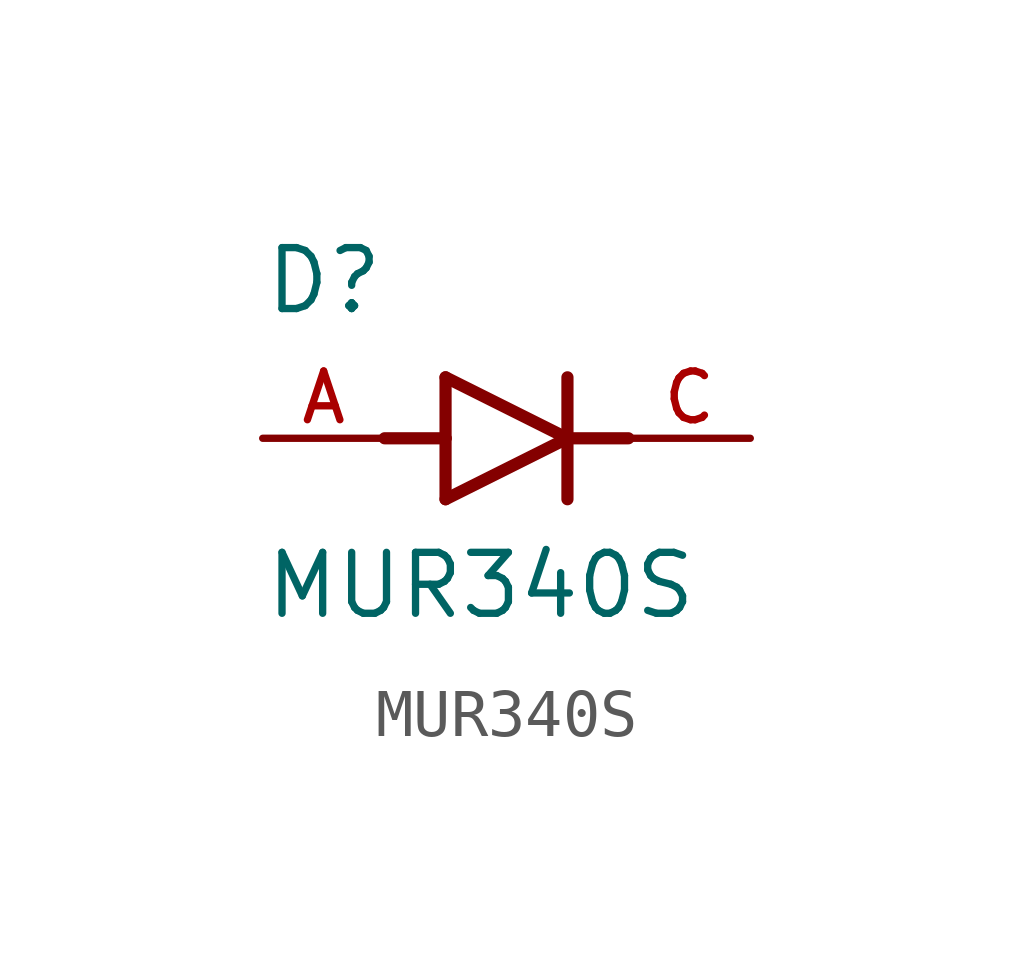
<source format=kicad_sym>
(kicad_symbol_lib
  (version 20211014)
  (generator kicad_symbol_editor)
  (symbol "MUR340S"
    (pin_names
      (offset 1.016))
    (property "Reference" "D"
      (at -5.08 2.54 0)
      (effects (font (size 1.27 1.27)) (justify bottom left)))
    (property "Value" "MUR340S"
      (at -5.08 -3.81 0)
      (effects (font (size 1.27 1.27)) (justify bottom left)))
    (symbol "MUR340S_0_0"
      (polyline (pts (xy -1.27 -1.27) (xy 1.27 0.0)) (stroke (width 0.254)))
      (polyline (pts (xy 1.27 0.0) (xy -1.27 1.27)) (stroke (width 0.254)))
      (polyline (pts (xy 1.27 1.27) (xy 1.27 0.0)) (stroke (width 0.254)))
      (polyline (pts (xy -1.27 1.27) (xy -1.27 0.0)) (stroke (width 0.254)))
      (polyline (pts (xy -1.27 0.0) (xy -1.27 -1.27)) (stroke (width 0.254)))
      (polyline (pts (xy 1.27 0.0) (xy 1.27 -1.27)) (stroke (width 0.254)))
      (polyline (pts (xy -2.54 0.0) (xy -1.27 0.0)) (stroke (width 0.254)))
      (polyline (pts (xy 1.27 0.0) (xy 2.54 0.0)) (stroke (width 0.254)))
      (pin passive line (at 5.08 0.0 180.0) (length 2.54) (name "~" (effects (font (size 1.016 1.016)))) (number "C" (effects (font (size 1.016 1.016)))))
      (pin passive line (at -5.08 0.0 0) (length 2.54) (name "~" (effects (font (size 1.016 1.016)))) (number "A" (effects (font (size 1.016 1.016))))))))
</source>
